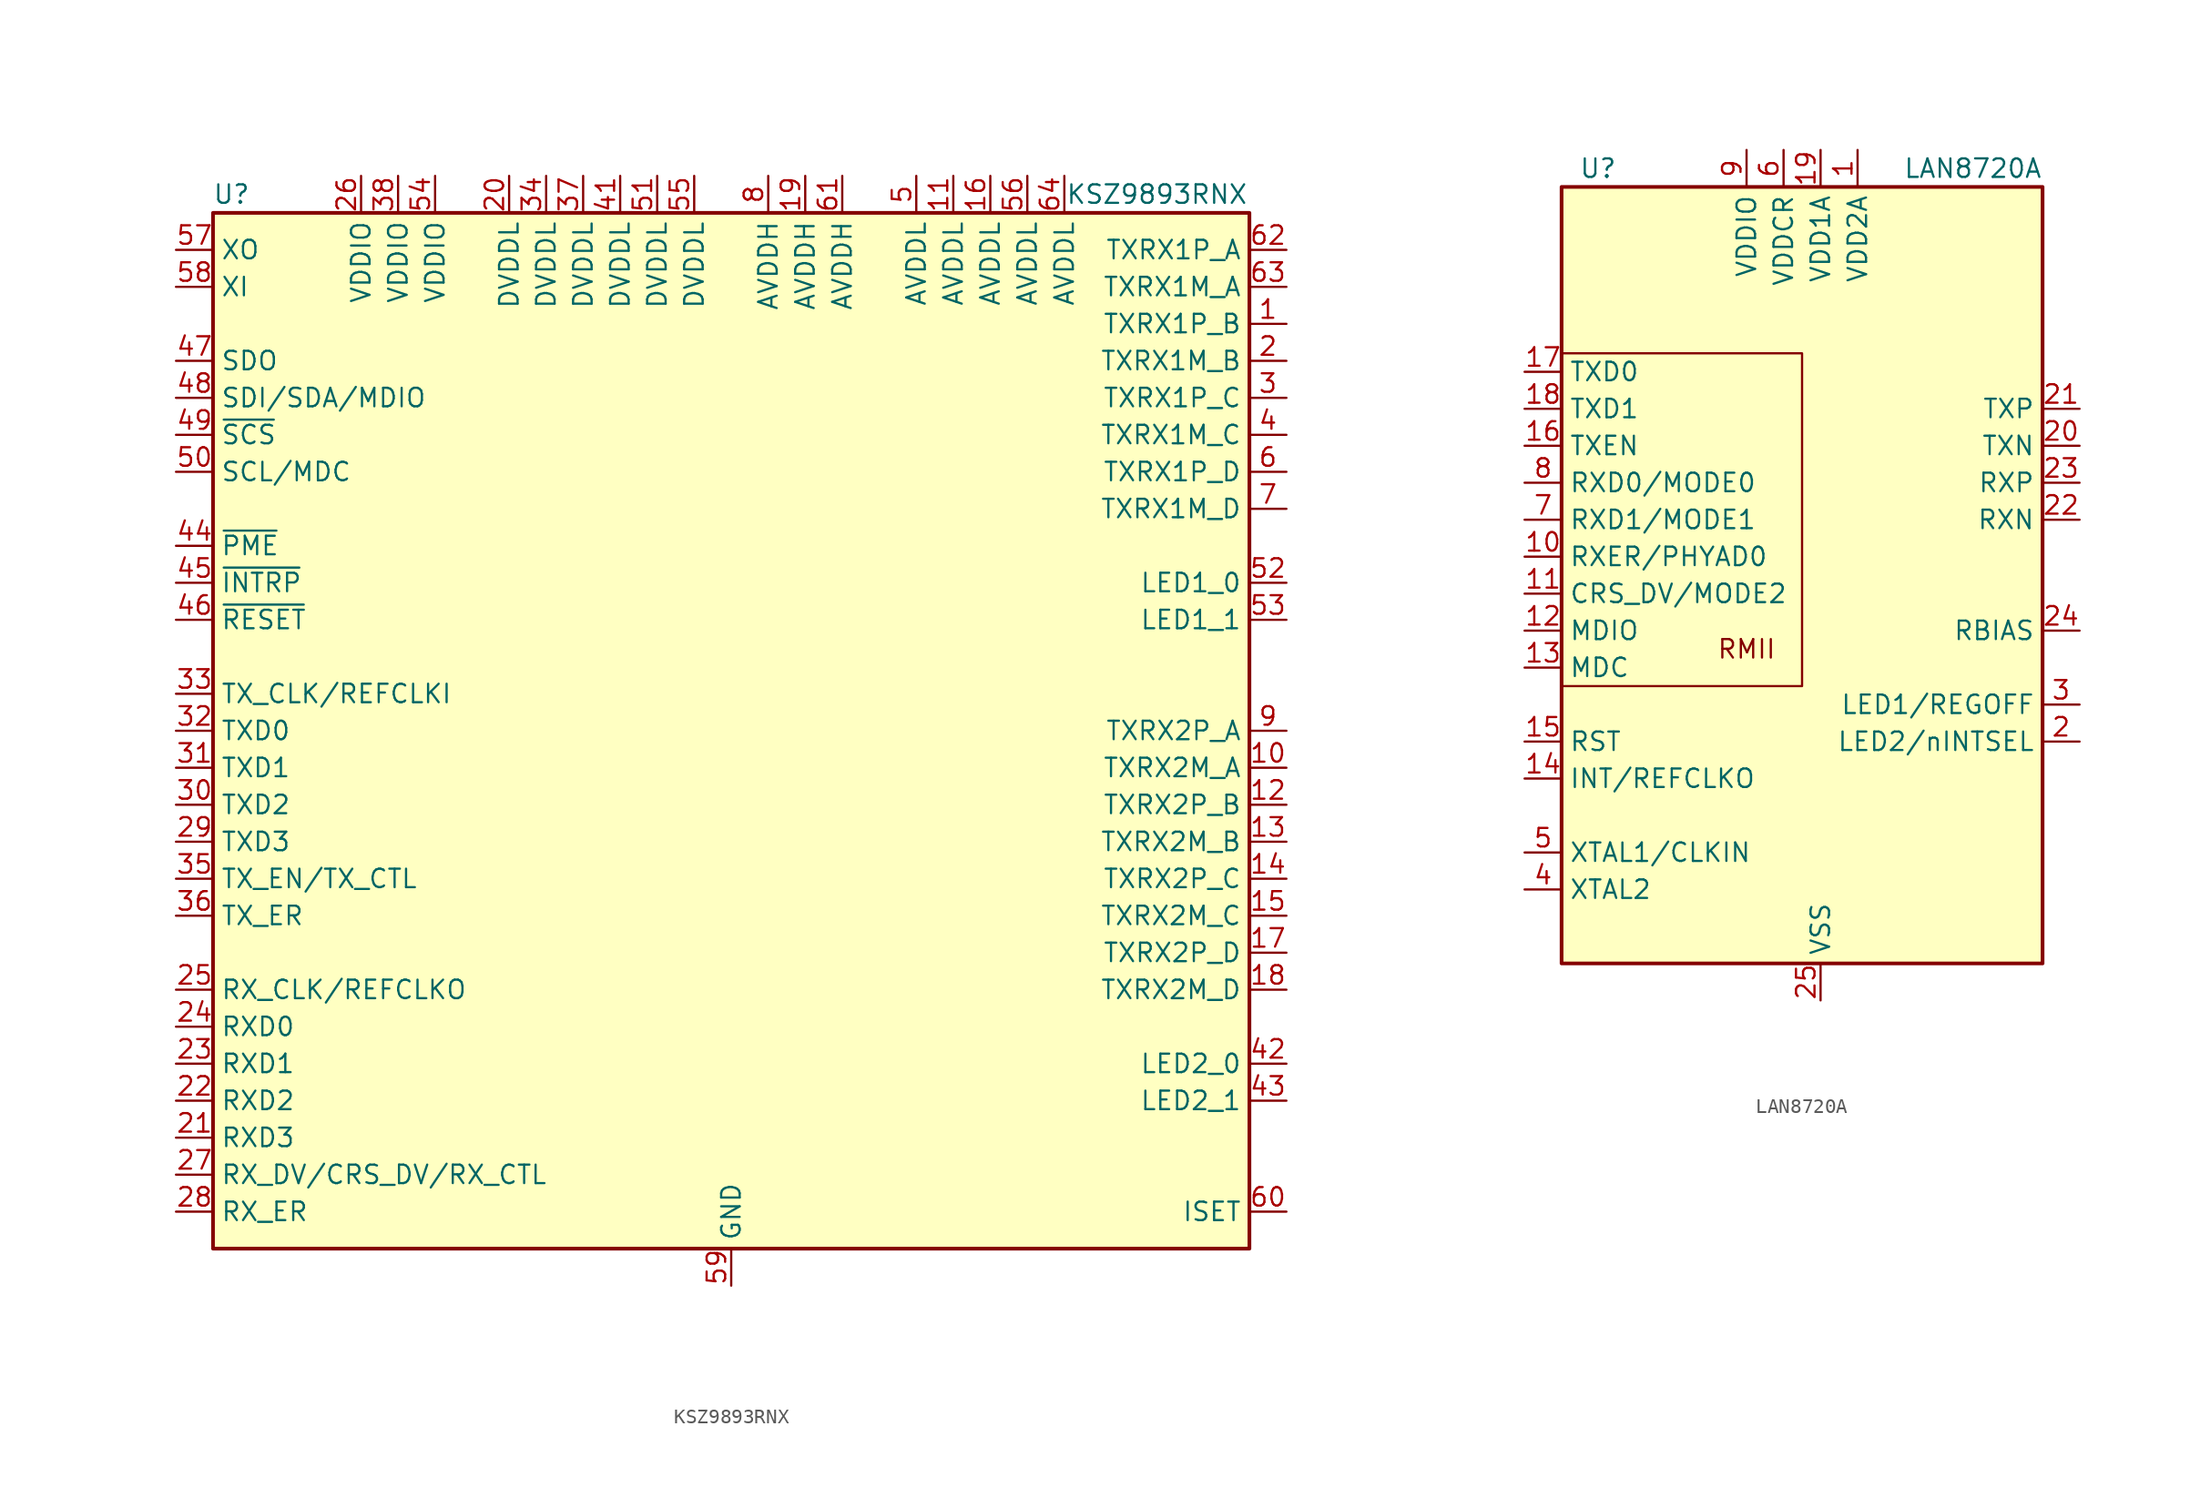
<source format=kicad_sym>
(kicad_symbol_lib
  (version 20201005)
  (generator kicad_symbol_editor)
  (symbol "KSZ9893RNX"
    (property "Reference" "U"
      (at -34.29 36.83 0)
      (effects (font (size 1.27 1.27))))
    (property "Value" "KSZ9893RNX"
      (at 29.21 36.83 0)
      (effects (font (size 1.27 1.27))))
    (symbol "KSZ9893RNX_0_1"
      (rectangle (start 35.56 -35.56) (end -35.56 35.56) (stroke (width 0.254)) (fill (type background))))
    (symbol "KSZ9893RNX_1_1"
      (pin passive line (at 38.1 27.94 180) (length 2.54) (name "TXRX1P_B" (effects (font (size 1.27 1.27)))) (number "1" (effects (font (size 1.27 1.27)))))
      (pin passive line (at 38.1 -2.54 180) (length 2.54) (name "TXRX2M_A" (effects (font (size 1.27 1.27)))) (number "10" (effects (font (size 1.27 1.27)))))
      (pin power_in line (at 15.24 38.1 270) (length 2.54) (name "AVDDL" (effects (font (size 1.27 1.27)))) (number "11" (effects (font (size 1.27 1.27)))))
      (pin passive line (at 38.1 -5.08 180) (length 2.54) (name "TXRX2P_B" (effects (font (size 1.27 1.27)))) (number "12" (effects (font (size 1.27 1.27)))))
      (pin passive line (at 38.1 -7.62 180) (length 2.54) (name "TXRX2M_B" (effects (font (size 1.27 1.27)))) (number "13" (effects (font (size 1.27 1.27)))))
      (pin passive line (at 38.1 -10.16 180) (length 2.54) (name "TXRX2P_C" (effects (font (size 1.27 1.27)))) (number "14" (effects (font (size 1.27 1.27)))))
      (pin passive line (at 38.1 -12.7 180) (length 2.54) (name "TXRX2M_C" (effects (font (size 1.27 1.27)))) (number "15" (effects (font (size 1.27 1.27)))))
      (pin power_in line (at 17.78 38.1 270) (length 2.54) (name "AVDDL" (effects (font (size 1.27 1.27)))) (number "16" (effects (font (size 1.27 1.27)))))
      (pin passive line (at 38.1 -15.24 180) (length 2.54) (name "TXRX2P_D" (effects (font (size 1.27 1.27)))) (number "17" (effects (font (size 1.27 1.27)))))
      (pin passive line (at 38.1 -17.78 180) (length 2.54) (name "TXRX2M_D" (effects (font (size 1.27 1.27)))) (number "18" (effects (font (size 1.27 1.27)))))
      (pin power_in line (at 5.08 38.1 270) (length 2.54) (name "AVDDH" (effects (font (size 1.27 1.27)))) (number "19" (effects (font (size 1.27 1.27)))))
      (pin passive line (at 38.1 25.4 180) (length 2.54) (name "TXRX1M_B" (effects (font (size 1.27 1.27)))) (number "2" (effects (font (size 1.27 1.27)))))
      (pin power_in line (at -15.24 38.1 270) (length 2.54) (name "DVDDL" (effects (font (size 1.27 1.27)))) (number "20" (effects (font (size 1.27 1.27)))))
      (pin output line (at -38.1 -27.94 0) (length 2.54) (name "RXD3" (effects (font (size 1.27 1.27)))) (number "21" (effects (font (size 1.27 1.27)))))
      (pin output line (at -38.1 -25.4 0) (length 2.54) (name "RXD2" (effects (font (size 1.27 1.27)))) (number "22" (effects (font (size 1.27 1.27)))))
      (pin output line (at -38.1 -22.86 0) (length 2.54) (name "RXD1" (effects (font (size 1.27 1.27)))) (number "23" (effects (font (size 1.27 1.27)))))
      (pin output line (at -38.1 -20.32 0) (length 2.54) (name "RXD0" (effects (font (size 1.27 1.27)))) (number "24" (effects (font (size 1.27 1.27)))))
      (pin output line (at -38.1 -17.78 0) (length 2.54) (name "RX_CLK/REFCLKO" (effects (font (size 1.27 1.27)))) (number "25" (effects (font (size 1.27 1.27)))))
      (pin power_in line (at -25.4 38.1 270) (length 2.54) (name "VDDIO" (effects (font (size 1.27 1.27)))) (number "26" (effects (font (size 1.27 1.27)))))
      (pin output line (at -38.1 -30.48 0) (length 2.54) (name "RX_DV/CRS_DV/RX_CTL" (effects (font (size 1.27 1.27)))) (number "27" (effects (font (size 1.27 1.27)))))
      (pin output line (at -38.1 -33.02 0) (length 2.54) (name "RX_ER" (effects (font (size 1.27 1.27)))) (number "28" (effects (font (size 1.27 1.27)))))
      (pin input line (at -38.1 -7.62 0) (length 2.54) (name "TXD3" (effects (font (size 1.27 1.27)))) (number "29" (effects (font (size 1.27 1.27)))))
      (pin passive line (at 38.1 22.86 180) (length 2.54) (name "TXRX1P_C" (effects (font (size 1.27 1.27)))) (number "3" (effects (font (size 1.27 1.27)))))
      (pin input line (at -38.1 -5.08 0) (length 2.54) (name "TXD2" (effects (font (size 1.27 1.27)))) (number "30" (effects (font (size 1.27 1.27)))))
      (pin input line (at -38.1 -2.54 0) (length 2.54) (name "TXD1" (effects (font (size 1.27 1.27)))) (number "31" (effects (font (size 1.27 1.27)))))
      (pin input line (at -38.1 0 0) (length 2.54) (name "TXD0" (effects (font (size 1.27 1.27)))) (number "32" (effects (font (size 1.27 1.27)))))
      (pin input line (at -38.1 2.54 0) (length 2.54) (name "TX_CLK/REFCLKI" (effects (font (size 1.27 1.27)))) (number "33" (effects (font (size 1.27 1.27)))))
      (pin power_in line (at -12.7 38.1 270) (length 2.54) (name "DVDDL" (effects (font (size 1.27 1.27)))) (number "34" (effects (font (size 1.27 1.27)))))
      (pin input line (at -38.1 -10.16 0) (length 2.54) (name "TX_EN/TX_CTL" (effects (font (size 1.27 1.27)))) (number "35" (effects (font (size 1.27 1.27)))))
      (pin input line (at -38.1 -12.7 0) (length 2.54) (name "TX_ER" (effects (font (size 1.27 1.27)))) (number "36" (effects (font (size 1.27 1.27)))))
      (pin power_in line (at -10.16 38.1 270) (length 2.54) (name "DVDDL" (effects (font (size 1.27 1.27)))) (number "37" (effects (font (size 1.27 1.27)))))
      (pin power_in line (at -22.86 38.1 270) (length 2.54) (name "VDDIO" (effects (font (size 1.27 1.27)))) (number "38" (effects (font (size 1.27 1.27)))))
      (pin no_connect line (at 35.56 2.54 180) (length 2.54) hide (name "NC" (effects (font (size 1.27 1.27)))) (number "39" (effects (font (size 1.27 1.27)))))
      (pin passive line (at 38.1 20.32 180) (length 2.54) (name "TXRX1M_C" (effects (font (size 1.27 1.27)))) (number "4" (effects (font (size 1.27 1.27)))))
      (pin no_connect line (at 35.56 5.08 180) (length 2.54) hide (name "NC" (effects (font (size 1.27 1.27)))) (number "40" (effects (font (size 1.27 1.27)))))
      (pin power_in line (at -7.62 38.1 270) (length 2.54) (name "DVDDL" (effects (font (size 1.27 1.27)))) (number "41" (effects (font (size 1.27 1.27)))))
      (pin output line (at 38.1 -22.86 180) (length 2.54) (name "LED2_0" (effects (font (size 1.27 1.27)))) (number "42" (effects (font (size 1.27 1.27)))))
      (pin output line (at 38.1 -25.4 180) (length 2.54) (name "LED2_1" (effects (font (size 1.27 1.27)))) (number "43" (effects (font (size 1.27 1.27)))))
      (pin output line (at -38.1 12.7 0) (length 2.54) (name "~PME" (effects (font (size 1.27 1.27)))) (number "44" (effects (font (size 1.27 1.27)))))
      (pin output line (at -38.1 10.16 0) (length 2.54) (name "~INTRP" (effects (font (size 1.27 1.27)))) (number "45" (effects (font (size 1.27 1.27)))))
      (pin input line (at -38.1 7.62 0) (length 2.54) (name "~RESET" (effects (font (size 1.27 1.27)))) (number "46" (effects (font (size 1.27 1.27)))))
      (pin output line (at -38.1 25.4 0) (length 2.54) (name "SDO" (effects (font (size 1.27 1.27)))) (number "47" (effects (font (size 1.27 1.27)))))
      (pin bidirectional line (at -38.1 22.86 0) (length 2.54) (name "SDI/SDA/MDIO" (effects (font (size 1.27 1.27)))) (number "48" (effects (font (size 1.27 1.27)))))
      (pin input line (at -38.1 20.32 0) (length 2.54) (name "~SCS" (effects (font (size 1.27 1.27)))) (number "49" (effects (font (size 1.27 1.27)))))
      (pin power_in line (at 12.7 38.1 270) (length 2.54) (name "AVDDL" (effects (font (size 1.27 1.27)))) (number "5" (effects (font (size 1.27 1.27)))))
      (pin input line (at -38.1 17.78 0) (length 2.54) (name "SCL/MDC" (effects (font (size 1.27 1.27)))) (number "50" (effects (font (size 1.27 1.27)))))
      (pin power_in line (at -5.08 38.1 270) (length 2.54) (name "DVDDL" (effects (font (size 1.27 1.27)))) (number "51" (effects (font (size 1.27 1.27)))))
      (pin output line (at 38.1 10.16 180) (length 2.54) (name "LED1_0" (effects (font (size 1.27 1.27)))) (number "52" (effects (font (size 1.27 1.27)))))
      (pin output line (at 38.1 7.62 180) (length 2.54) (name "LED1_1" (effects (font (size 1.27 1.27)))) (number "53" (effects (font (size 1.27 1.27)))))
      (pin power_in line (at -20.32 38.1 270) (length 2.54) (name "VDDIO" (effects (font (size 1.27 1.27)))) (number "54" (effects (font (size 1.27 1.27)))))
      (pin power_in line (at -2.54 38.1 270) (length 2.54) (name "DVDDL" (effects (font (size 1.27 1.27)))) (number "55" (effects (font (size 1.27 1.27)))))
      (pin power_in line (at 20.32 38.1 270) (length 2.54) (name "AVDDL" (effects (font (size 1.27 1.27)))) (number "56" (effects (font (size 1.27 1.27)))))
      (pin output line (at -38.1 33.02 0) (length 2.54) (name "XO" (effects (font (size 1.27 1.27)))) (number "57" (effects (font (size 1.27 1.27)))))
      (pin input line (at -38.1 30.48 0) (length 2.54) (name "XI" (effects (font (size 1.27 1.27)))) (number "58" (effects (font (size 1.27 1.27)))))
      (pin power_in line (at 0 -38.1 90) (length 2.54) (name "GND" (effects (font (size 1.27 1.27)))) (number "59" (effects (font (size 1.27 1.27)))))
      (pin passive line (at 38.1 17.78 180) (length 2.54) (name "TXRX1P_D" (effects (font (size 1.27 1.27)))) (number "6" (effects (font (size 1.27 1.27)))))
      (pin passive line (at 38.1 -33.02 180) (length 2.54) (name "ISET" (effects (font (size 1.27 1.27)))) (number "60" (effects (font (size 1.27 1.27)))))
      (pin power_in line (at 7.62 38.1 270) (length 2.54) (name "AVDDH" (effects (font (size 1.27 1.27)))) (number "61" (effects (font (size 1.27 1.27)))))
      (pin passive line (at 38.1 33.02 180) (length 2.54) (name "TXRX1P_A" (effects (font (size 1.27 1.27)))) (number "62" (effects (font (size 1.27 1.27)))))
      (pin passive line (at 38.1 30.48 180) (length 2.54) (name "TXRX1M_A" (effects (font (size 1.27 1.27)))) (number "63" (effects (font (size 1.27 1.27)))))
      (pin power_in line (at 22.86 38.1 270) (length 2.54) (name "AVDDL" (effects (font (size 1.27 1.27)))) (number "64" (effects (font (size 1.27 1.27)))))
      (pin passive line (at 0 -38.1 90) (length 2.54) hide (name "GND" (effects (font (size 1.27 1.27)))) (number "65" (effects (font (size 1.27 1.27)))))
      (pin passive line (at 38.1 15.24 180) (length 2.54) (name "TXRX1M_D" (effects (font (size 1.27 1.27)))) (number "7" (effects (font (size 1.27 1.27)))))
      (pin power_in line (at 2.54 38.1 270) (length 2.54) (name "AVDDH" (effects (font (size 1.27 1.27)))) (number "8" (effects (font (size 1.27 1.27)))))
      (pin passive line (at 38.1 0 180) (length 2.54) (name "TXRX2P_A" (effects (font (size 1.27 1.27)))) (number "9" (effects (font (size 1.27 1.27)))))))
  (symbol "LAN8720A"
    (property "Reference" "U"
      (at -13.97 29.21 0)
      (effects (font (size 1.27 1.27)) (justify right)))
    (property "Value" "LAN8720A"
      (at 15.24 29.21 0)
      (effects (font (size 1.27 1.27)) (justify right)))
    (symbol "LAN8720A_0_0"
      (text "RMII" (at -5.08 -3.81 0) (effects (font (size 1.27 1.27)))))
    (symbol "LAN8720A_0_1"
      (rectangle (start -17.78 27.94) (end 15.24 -25.4) (stroke (width 0.254)) (fill (type background)))
      (polyline (pts (xy -17.78 -6.35) (xy -1.27 -6.35) (xy -1.27 16.51) (xy -17.78 16.51)) (stroke (width 0)) (fill (type none))))
    (symbol "LAN8720A_1_1"
      (pin power_in line (at 2.54 30.48 270) (length 2.54) (name "VDD2A" (effects (font (size 1.27 1.27)))) (number "1" (effects (font (size 1.27 1.27)))))
      (pin output line (at -20.32 2.54 0) (length 2.54) (name "RXER/PHYAD0" (effects (font (size 1.27 1.27)))) (number "10" (effects (font (size 1.27 1.27)))))
      (pin output line (at -20.32 0 0) (length 2.54) (name "CRS_DV/MODE2" (effects (font (size 1.27 1.27)))) (number "11" (effects (font (size 1.27 1.27)))))
      (pin bidirectional line (at -20.32 -2.54 0) (length 2.54) (name "MDIO" (effects (font (size 1.27 1.27)))) (number "12" (effects (font (size 1.27 1.27)))))
      (pin input line (at -20.32 -5.08 0) (length 2.54) (name "MDC" (effects (font (size 1.27 1.27)))) (number "13" (effects (font (size 1.27 1.27)))))
      (pin output line (at -20.32 -12.7 0) (length 2.54) (name "INT/REFCLKO" (effects (font (size 1.27 1.27)))) (number "14" (effects (font (size 1.27 1.27)))))
      (pin input line (at -20.32 -10.16 0) (length 2.54) (name "RST" (effects (font (size 1.27 1.27)))) (number "15" (effects (font (size 1.27 1.27)))))
      (pin input line (at -20.32 10.16 0) (length 2.54) (name "TXEN" (effects (font (size 1.27 1.27)))) (number "16" (effects (font (size 1.27 1.27)))))
      (pin input line (at -20.32 15.24 0) (length 2.54) (name "TXD0" (effects (font (size 1.27 1.27)))) (number "17" (effects (font (size 1.27 1.27)))))
      (pin input line (at -20.32 12.7 0) (length 2.54) (name "TXD1" (effects (font (size 1.27 1.27)))) (number "18" (effects (font (size 1.27 1.27)))))
      (pin power_in line (at 0 30.48 270) (length 2.54) (name "VDD1A" (effects (font (size 1.27 1.27)))) (number "19" (effects (font (size 1.27 1.27)))))
      (pin bidirectional line (at 17.78 -10.16 180) (length 2.54) (name "LED2/nINTSEL" (effects (font (size 1.27 1.27)))) (number "2" (effects (font (size 1.27 1.27)))))
      (pin output line (at 17.78 10.16 180) (length 2.54) (name "TXN" (effects (font (size 1.27 1.27)))) (number "20" (effects (font (size 1.27 1.27)))))
      (pin output line (at 17.78 12.7 180) (length 2.54) (name "TXP" (effects (font (size 1.27 1.27)))) (number "21" (effects (font (size 1.27 1.27)))))
      (pin output line (at 17.78 5.08 180) (length 2.54) (name "RXN" (effects (font (size 1.27 1.27)))) (number "22" (effects (font (size 1.27 1.27)))))
      (pin output line (at 17.78 7.62 180) (length 2.54) (name "RXP" (effects (font (size 1.27 1.27)))) (number "23" (effects (font (size 1.27 1.27)))))
      (pin input line (at 17.78 -2.54 180) (length 2.54) (name "RBIAS" (effects (font (size 1.27 1.27)))) (number "24" (effects (font (size 1.27 1.27)))))
      (pin power_in line (at 0 -27.94 90) (length 2.54) (name "VSS" (effects (font (size 1.27 1.27)))) (number "25" (effects (font (size 1.27 1.27)))))
      (pin bidirectional line (at 17.78 -7.62 180) (length 2.54) (name "LED1/REGOFF" (effects (font (size 1.27 1.27)))) (number "3" (effects (font (size 1.27 1.27)))))
      (pin passive line (at -20.32 -20.32 0) (length 2.54) (name "XTAL2" (effects (font (size 1.27 1.27)))) (number "4" (effects (font (size 1.27 1.27)))))
      (pin passive line (at -20.32 -17.78 0) (length 2.54) (name "XTAL1/CLKIN" (effects (font (size 1.27 1.27)))) (number "5" (effects (font (size 1.27 1.27)))))
      (pin power_in line (at -2.54 30.48 270) (length 2.54) (name "VDDCR" (effects (font (size 1.27 1.27)))) (number "6" (effects (font (size 1.27 1.27)))))
      (pin output line (at -20.32 5.08 0) (length 2.54) (name "RXD1/MODE1" (effects (font (size 1.27 1.27)))) (number "7" (effects (font (size 1.27 1.27)))))
      (pin output line (at -20.32 7.62 0) (length 2.54) (name "RXD0/MODE0" (effects (font (size 1.27 1.27)))) (number "8" (effects (font (size 1.27 1.27)))))
      (pin power_in line (at -5.08 30.48 270) (length 2.54) (name "VDDIO" (effects (font (size 1.27 1.27)))) (number "9" (effects (font (size 1.27 1.27))))))))
</source>
